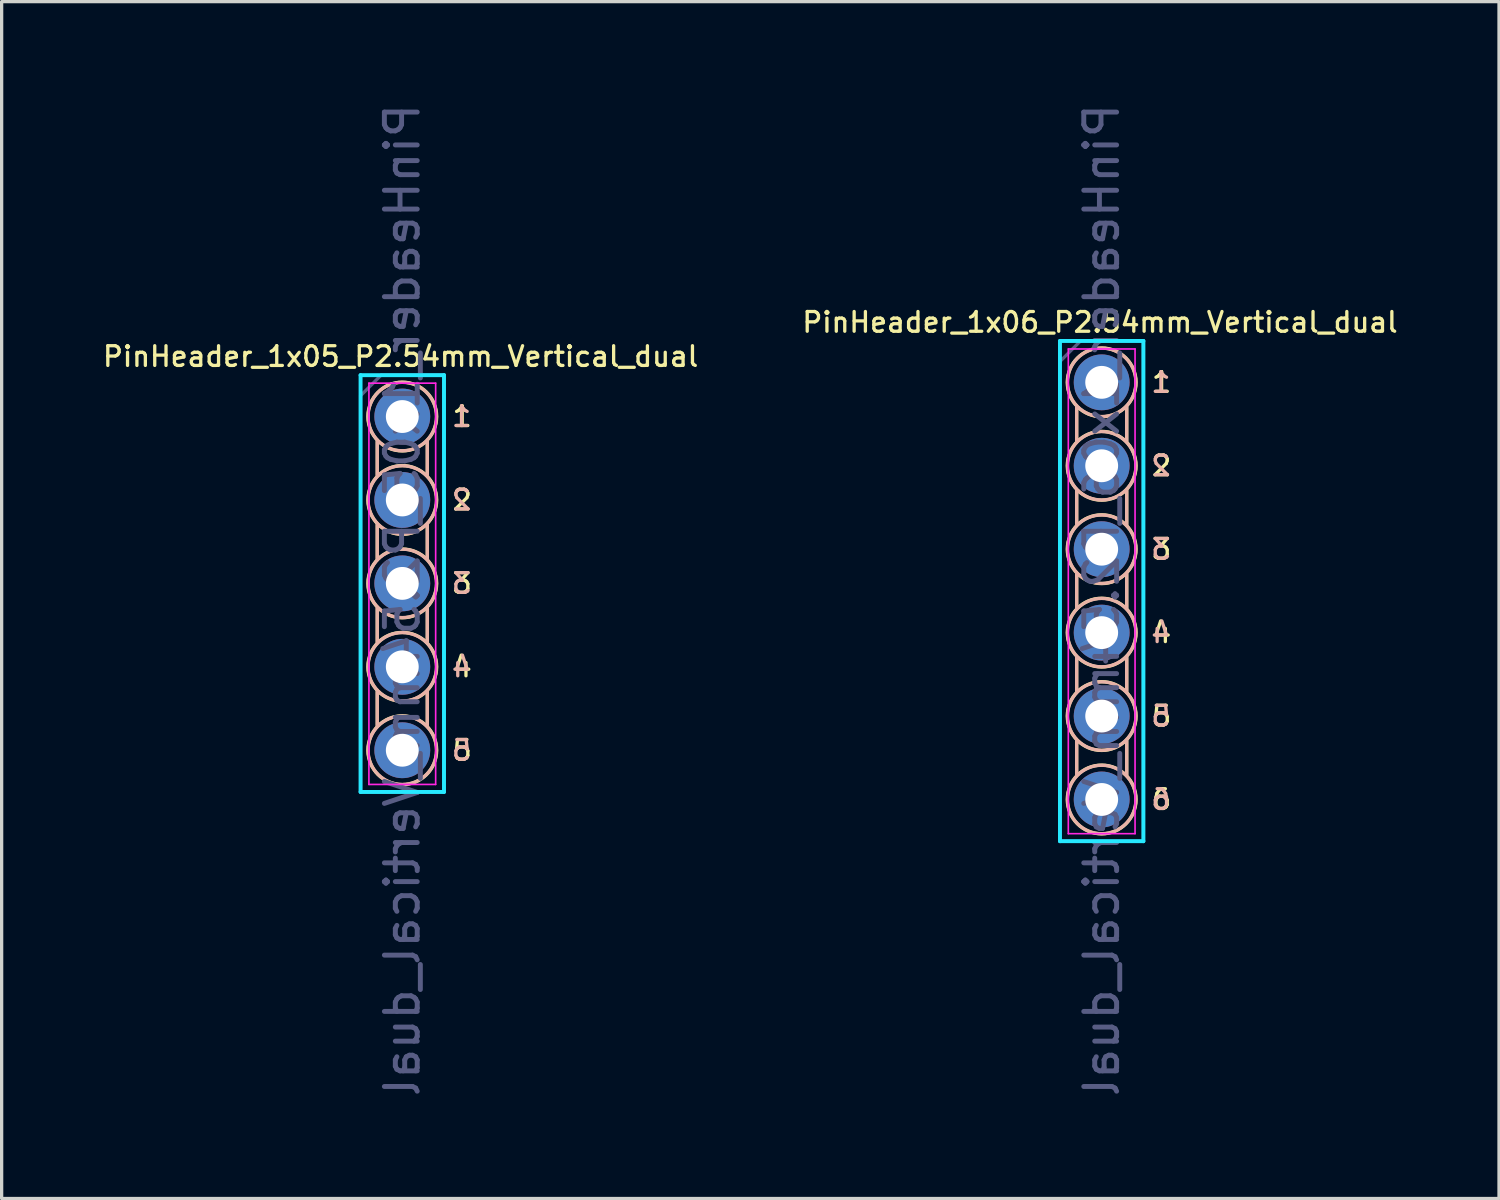
<source format=kicad_pcb>
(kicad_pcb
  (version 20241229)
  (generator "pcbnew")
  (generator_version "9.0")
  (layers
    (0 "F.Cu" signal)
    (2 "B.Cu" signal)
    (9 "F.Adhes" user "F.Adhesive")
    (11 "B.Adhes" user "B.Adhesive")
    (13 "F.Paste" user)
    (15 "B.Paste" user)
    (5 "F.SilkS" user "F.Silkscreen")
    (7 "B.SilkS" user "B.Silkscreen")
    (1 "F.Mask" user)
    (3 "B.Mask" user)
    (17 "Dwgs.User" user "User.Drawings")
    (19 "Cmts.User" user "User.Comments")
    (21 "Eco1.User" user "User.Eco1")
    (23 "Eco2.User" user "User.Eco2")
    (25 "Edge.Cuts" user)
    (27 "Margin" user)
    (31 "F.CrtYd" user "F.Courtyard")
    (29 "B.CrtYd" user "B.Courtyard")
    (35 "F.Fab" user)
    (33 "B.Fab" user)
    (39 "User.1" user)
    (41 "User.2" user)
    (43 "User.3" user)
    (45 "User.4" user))
  (footprint "PinHeader_1x06_P2.54mm_Vertical_dual"
    (layer "F.Cu")
    (at 30.492 8.591)
    (property "Reference" "PinHeader_1x06_P2.54mm_Vertical_dual" (at -0.051 -1.829 0) (layer "F.SilkS") (effects (font (size 0.6 0.6) (thickness 0.1))))
    (attr through_hole)
    (fp_line (start -0.762 0.762) (end -0.762 1.778) (stroke (width 0.1) (type solid)) (layer "F.SilkS"))
    (fp_line (start -0.762 3.302) (end -0.762 4.318) (stroke (width 0.1) (type solid)) (layer "F.SilkS"))
    (fp_line (start -0.762 5.842) (end -0.762 6.858) (stroke (width 0.1) (type solid)) (layer "F.SilkS"))
    (fp_line (start -0.762 8.382) (end -0.762 9.398) (stroke (width 0.1) (type solid)) (layer "F.SilkS"))
    (fp_line (start -0.762 10.922) (end -0.762 11.938) (stroke (width 0.1) (type solid)) (layer "F.SilkS"))
    (fp_line (start 0.762 0.762) (end 0.762 1.778) (stroke (width 0.1) (type solid)) (layer "F.SilkS"))
    (fp_line (start 0.762 3.302) (end 0.762 4.318) (stroke (width 0.1) (type solid)) (layer "F.SilkS"))
    (fp_line (start 0.762 5.842) (end 0.762 6.858) (stroke (width 0.1) (type solid)) (layer "F.SilkS"))
    (fp_line (start 0.762 8.382) (end 0.762 9.398) (stroke (width 0.1) (type solid)) (layer "F.SilkS"))
    (fp_line (start 0.762 10.922) (end 0.762 11.938) (stroke (width 0.1) (type solid)) (layer "F.SilkS"))
    (fp_circle (center 0 0) (end 0.813 0.66) (stroke (width 0.1) (type solid)) (fill no) (layer "F.SilkS"))
    (fp_circle (center 0 2.54) (end 0.813 3.2) (stroke (width 0.1) (type solid)) (fill no) (layer "F.SilkS"))
    (fp_circle (center 0 5.08) (end 0.813 5.74) (stroke (width 0.1) (type solid)) (fill no) (layer "F.SilkS"))
    (fp_circle (center 0 7.62) (end 0.813 8.28) (stroke (width 0.1) (type solid)) (fill no) (layer "F.SilkS"))
    (fp_circle (center 0 10.16) (end 0.813 10.82) (stroke (width 0.1) (type solid)) (fill no) (layer "F.SilkS"))
    (fp_circle (center 0 12.7) (end 0.813 13.36) (stroke (width 0.1) (type solid)) (fill no) (layer "F.SilkS"))
    (fp_line (start -0.762 0.737) (end -0.762 1.803) (stroke (width 0.1) (type solid)) (layer "B.SilkS"))
    (fp_line (start -0.762 3.277) (end -0.762 4.343) (stroke (width 0.1) (type solid)) (layer "B.SilkS"))
    (fp_line (start -0.762 5.817) (end -0.762 6.883) (stroke (width 0.1) (type solid)) (layer "B.SilkS"))
    (fp_line (start -0.762 8.357) (end -0.762 9.423) (stroke (width 0.1) (type solid)) (layer "B.SilkS"))
    (fp_line (start -0.762 10.897) (end -0.762 11.963) (stroke (width 0.1) (type solid)) (layer "B.SilkS"))
    (fp_line (start 0.762 0.737) (end 0.762 1.803) (stroke (width 0.1) (type solid)) (layer "B.SilkS"))
    (fp_line (start 0.762 3.277) (end 0.762 4.343) (stroke (width 0.1) (type solid)) (layer "B.SilkS"))
    (fp_line (start 0.762 5.817) (end 0.762 6.883) (stroke (width 0.1) (type solid)) (layer "B.SilkS"))
    (fp_line (start 0.762 8.357) (end 0.762 9.423) (stroke (width 0.1) (type solid)) (layer "B.SilkS"))
    (fp_line (start 0.762 10.897) (end 0.762 11.963) (stroke (width 0.1) (type solid)) (layer "B.SilkS"))
    (fp_circle (center 0 0) (end 0.025 -1.041) (stroke (width 0.1) (type solid)) (fill no) (layer "B.SilkS"))
    (fp_circle (center 0 2.54) (end 0.025 1.499) (stroke (width 0.1) (type solid)) (fill no) (layer "B.SilkS"))
    (fp_circle (center 0 5.08) (end 0.025 4.039) (stroke (width 0.1) (type solid)) (fill no) (layer "B.SilkS"))
    (fp_circle (center 0 7.62) (end 0.025 6.579) (stroke (width 0.1) (type solid)) (fill no) (layer "B.SilkS"))
    (fp_circle (center 0 10.16) (end 0.025 9.119) (stroke (width 0.1) (type solid)) (fill no) (layer "B.SilkS"))
    (fp_circle (center 0 12.7) (end 0.025 11.659) (stroke (width 0.1) (type solid)) (fill no) (layer "B.SilkS"))
    (fp_line (start -1.27 -1.26) (end -1.27 13.97) (stroke (width 0.12) (type solid)) (layer "B.CrtYd"))
    (fp_line (start -1.27 13.97) (end 1.27 13.97) (stroke (width 0.12) (type solid)) (layer "B.CrtYd"))
    (fp_line (start 1.27 -1.26) (end -1.27 -1.26) (stroke (width 0.12) (type solid)) (layer "B.CrtYd"))
    (fp_line (start 1.27 13.97) (end 1.27 -1.26) (stroke (width 0.12) (type solid)) (layer "B.CrtYd"))
    (fp_line (start -1.016 -1.016) (end -1.016 13.741) (stroke (width 0.05) (type solid)) (layer "F.CrtYd"))
    (fp_line (start -1.016 13.741) (end 1.016 13.741) (stroke (width 0.05) (type solid)) (layer "F.CrtYd"))
    (fp_line (start 1.016 -1.016) (end -1.016 -1.016) (stroke (width 0.05) (type solid)) (layer "F.CrtYd"))
    (fp_line (start 1.016 13.741) (end 1.016 -1.016) (stroke (width 0.05) (type solid)) (layer "F.CrtYd"))
    (fp_line (start -1.27 -0.635) (end -0.635 -1.27) (stroke (width 0.1) (type solid)) (layer "B.Fab"))
    (fp_line (start -1.27 13.97) (end -1.27 -0.635) (stroke (width 0.1) (type solid)) (layer "B.Fab"))
    (fp_line (start -0.635 -1.27) (end 1.27 -1.27) (stroke (width 0.1) (type solid)) (layer "B.Fab"))
    (fp_line (start 1.27 -1.27) (end 1.27 13.97) (stroke (width 0.1) (type solid)) (layer "B.Fab"))
    (fp_line (start 1.27 13.97) (end -1.27 13.97) (stroke (width 0.1) (type solid)) (layer "B.Fab"))
    (fp_text user "6" (at 1.473 12.7 0) (layer "F.SilkS") (effects (font (size 0.6 0.6) (thickness 0.1)) (justify left)))
    (fp_text user "5" (at 1.473 10.16 0) (layer "F.SilkS") (effects (font (size 0.6 0.6) (thickness 0.1)) (justify left)))
    (fp_text user "3" (at 1.473 5.08 0) (layer "F.SilkS") (effects (font (size 0.6 0.6) (thickness 0.1)) (justify left)))
    (fp_text user "4" (at 1.473 7.62 0) (layer "F.SilkS") (effects (font (size 0.6 0.6) (thickness 0.1)) (justify left)))
    (fp_text user "1" (at 1.473 0 0) (layer "F.SilkS") (effects (font (size 0.6 0.6) (thickness 0.1)) (justify left)))
    (fp_text user "2" (at 1.473 2.54 0) (layer "F.SilkS") (effects (font (size 0.6 0.6) (thickness 0.1)) (justify left)))
    (fp_text user "5" (at 1.803 10.16 0) (layer "B.SilkS") (effects (font (size 0.6 0.6) (thickness 0.1)) (justify mirror)))
    (fp_text user "6" (at 1.803 12.7 0) (layer "B.SilkS") (effects (font (size 0.6 0.6) (thickness 0.1)) (justify mirror)))
    (fp_text user "4" (at 1.803 7.62 0) (layer "B.SilkS") (effects (font (size 0.6 0.6) (thickness 0.1)) (justify mirror)))
    (fp_text user "3" (at 1.803 5.08 0) (layer "B.SilkS") (effects (font (size 0.6 0.6) (thickness 0.1)) (justify mirror)))
    (fp_text user "2" (at 1.803 2.54 0) (layer "B.SilkS") (effects (font (size 0.6 0.6) (thickness 0.1)) (justify mirror)))
    (fp_text user "1" (at 1.803 0 0) (layer "B.SilkS") (effects (font (size 0.6 0.6) (thickness 0.1)) (justify mirror)))
    (fp_text user "${REFERENCE}" (at 0 6.629 90) (layer "B.Fab") (effects (font (size 1 1) (thickness 0.15)) (justify mirror)))
    (pad "1" thru_hole circle (at 0 0) (size 1.7 1.7) (drill 1) (layers "*.Cu" "*.Mask"))
    (pad "2" thru_hole oval (at 0 2.54) (size 1.7 1.7) (drill 1) (layers "*.Cu" "*.Mask"))
    (pad "3" thru_hole oval (at 0 5.08) (size 1.7 1.7) (drill 1) (layers "*.Cu" "*.Mask"))
    (pad "4" thru_hole oval (at 0 7.62) (size 1.7 1.7) (drill 1) (layers "*.Cu" "*.Mask"))
    (pad "5" thru_hole oval (at 0 10.16) (size 1.7 1.7) (drill 1) (layers "*.Cu" "*.Mask"))
    (pad "6" thru_hole oval (at 0 12.7) (size 1.7 1.7) (drill 1) (layers "*.Cu" "*.Mask")))
  (footprint "PinHeader_1x05_P2.54mm_Vertical_dual"
    (layer "F.Cu")
    (at 9.198 9.632)
    (property "Reference" "PinHeader_1x05_P2.54mm_Vertical_dual" (at -0.051 -1.829 0) (layer "F.SilkS") (effects (font (size 0.6 0.6) (thickness 0.1))))
    (attr through_hole)
    (fp_line (start -0.762 0.762) (end -0.762 1.778) (stroke (width 0.1) (type solid)) (layer "F.SilkS"))
    (fp_line (start -0.762 3.302) (end -0.762 4.318) (stroke (width 0.1) (type solid)) (layer "F.SilkS"))
    (fp_line (start -0.762 5.842) (end -0.762 6.858) (stroke (width 0.1) (type solid)) (layer "F.SilkS"))
    (fp_line (start -0.762 8.382) (end -0.762 9.398) (stroke (width 0.1) (type solid)) (layer "F.SilkS"))
    (fp_line (start 0.762 0.762) (end 0.762 1.778) (stroke (width 0.1) (type solid)) (layer "F.SilkS"))
    (fp_line (start 0.762 3.302) (end 0.762 4.318) (stroke (width 0.1) (type solid)) (layer "F.SilkS"))
    (fp_line (start 0.762 5.842) (end 0.762 6.858) (stroke (width 0.1) (type solid)) (layer "F.SilkS"))
    (fp_line (start 0.762 8.382) (end 0.762 9.398) (stroke (width 0.1) (type solid)) (layer "F.SilkS"))
    (fp_circle (center 0 0) (end 0.813 0.66) (stroke (width 0.1) (type solid)) (fill no) (layer "F.SilkS"))
    (fp_circle (center 0 2.54) (end 0.813 3.2) (stroke (width 0.1) (type solid)) (fill no) (layer "F.SilkS"))
    (fp_circle (center 0 5.08) (end 0.813 5.74) (stroke (width 0.1) (type solid)) (fill no) (layer "F.SilkS"))
    (fp_circle (center 0 7.62) (end 0.813 8.28) (stroke (width 0.1) (type solid)) (fill no) (layer "F.SilkS"))
    (fp_circle (center 0 10.16) (end 0.813 10.82) (stroke (width 0.1) (type solid)) (fill no) (layer "F.SilkS"))
    (fp_line (start -0.762 0.737) (end -0.762 1.803) (stroke (width 0.1) (type solid)) (layer "B.SilkS"))
    (fp_line (start -0.762 3.277) (end -0.762 4.343) (stroke (width 0.1) (type solid)) (layer "B.SilkS"))
    (fp_line (start -0.762 5.817) (end -0.762 6.883) (stroke (width 0.1) (type solid)) (layer "B.SilkS"))
    (fp_line (start -0.762 8.357) (end -0.762 9.423) (stroke (width 0.1) (type solid)) (layer "B.SilkS"))
    (fp_line (start 0.762 0.737) (end 0.762 1.803) (stroke (width 0.1) (type solid)) (layer "B.SilkS"))
    (fp_line (start 0.762 3.277) (end 0.762 4.343) (stroke (width 0.1) (type solid)) (layer "B.SilkS"))
    (fp_line (start 0.762 5.817) (end 0.762 6.883) (stroke (width 0.1) (type solid)) (layer "B.SilkS"))
    (fp_line (start 0.762 8.357) (end 0.762 9.423) (stroke (width 0.1) (type solid)) (layer "B.SilkS"))
    (fp_circle (center 0 0) (end 0.025 -1.041) (stroke (width 0.1) (type solid)) (fill no) (layer "B.SilkS"))
    (fp_circle (center 0 2.54) (end 0.025 1.499) (stroke (width 0.1) (type solid)) (fill no) (layer "B.SilkS"))
    (fp_circle (center 0 5.08) (end 0.025 4.039) (stroke (width 0.1) (type solid)) (fill no) (layer "B.SilkS"))
    (fp_circle (center 0 7.62) (end 0.025 6.579) (stroke (width 0.1) (type solid)) (fill no) (layer "B.SilkS"))
    (fp_circle (center 0 10.16) (end 0.025 9.119) (stroke (width 0.1) (type solid)) (fill no) (layer "B.SilkS"))
    (fp_line (start -1.27 -1.26) (end -1.27 11.43) (stroke (width 0.12) (type solid)) (layer "B.CrtYd"))
    (fp_line (start -1.27 11.43) (end 1.27 11.43) (stroke (width 0.12) (type solid)) (layer "B.CrtYd"))
    (fp_line (start 1.27 -1.26) (end -1.27 -1.26) (stroke (width 0.12) (type solid)) (layer "B.CrtYd"))
    (fp_line (start 1.27 11.43) (end 1.27 -1.26) (stroke (width 0.12) (type solid)) (layer "B.CrtYd"))
    (fp_line (start -1.016 -1.016) (end -1.016 11.201) (stroke (width 0.05) (type solid)) (layer "F.CrtYd"))
    (fp_line (start -1.016 11.201) (end 1.016 11.201) (stroke (width 0.05) (type solid)) (layer "F.CrtYd"))
    (fp_line (start 1.016 -1.016) (end -1.016 -1.016) (stroke (width 0.05) (type solid)) (layer "F.CrtYd"))
    (fp_line (start 1.016 11.201) (end 1.016 -1.016) (stroke (width 0.05) (type solid)) (layer "F.CrtYd"))
    (fp_line (start -1.27 -0.635) (end -0.635 -1.27) (stroke (width 0.1) (type solid)) (layer "B.Fab"))
    (fp_line (start -1.27 11.43) (end -1.27 -0.635) (stroke (width 0.1) (type solid)) (layer "B.Fab"))
    (fp_line (start -0.635 -1.27) (end 1.27 -1.27) (stroke (width 0.1) (type solid)) (layer "B.Fab"))
    (fp_line (start 1.27 -1.27) (end 1.27 11.43) (stroke (width 0.1) (type solid)) (layer "B.Fab"))
    (fp_line (start 1.27 11.43) (end -1.27 11.43) (stroke (width 0.1) (type solid)) (layer "B.Fab"))
    (fp_text user "1" (at 1.473 0 0) (layer "F.SilkS") (effects (font (size 0.6 0.6) (thickness 0.1)) (justify left)))
    (fp_text user "2" (at 1.473 2.54 0) (layer "F.SilkS") (effects (font (size 0.6 0.6) (thickness 0.1)) (justify left)))
    (fp_text user "5" (at 1.473 10.16 0) (layer "F.SilkS") (effects (font (size 0.6 0.6) (thickness 0.1)) (justify left)))
    (fp_text user "4" (at 1.473 7.62 0) (layer "F.SilkS") (effects (font (size 0.6 0.6) (thickness 0.1)) (justify left)))
    (fp_text user "3" (at 1.473 5.08 0) (layer "F.SilkS") (effects (font (size 0.6 0.6) (thickness 0.1)) (justify left)))
    (fp_text user "5" (at 1.803 10.16 0) (layer "B.SilkS") (effects (font (size 0.6 0.6) (thickness 0.1)) (justify mirror)))
    (fp_text user "3" (at 1.803 5.08 0) (layer "B.SilkS") (effects (font (size 0.6 0.6) (thickness 0.1)) (justify mirror)))
    (fp_text user "1" (at 1.803 0 0) (layer "B.SilkS") (effects (font (size 0.6 0.6) (thickness 0.1)) (justify mirror)))
    (fp_text user "4" (at 1.803 7.62 0) (layer "B.SilkS") (effects (font (size 0.6 0.6) (thickness 0.1)) (justify mirror)))
    (fp_text user "2" (at 1.803 2.54 0) (layer "B.SilkS") (effects (font (size 0.6 0.6) (thickness 0.1)) (justify mirror)))
    (fp_text user "${REFERENCE}" (at 0 5.588 90) (layer "B.Fab") (effects (font (size 1 1) (thickness 0.15)) (justify mirror)))
    (pad "1" thru_hole circle (at 0 0) (size 1.7 1.7) (drill 1) (layers "*.Cu" "*.Mask"))
    (pad "2" thru_hole oval (at 0 2.54) (size 1.7 1.7) (drill 1) (layers "*.Cu" "*.Mask"))
    (pad "3" thru_hole oval (at 0 5.08) (size 1.7 1.7) (drill 1) (layers "*.Cu" "*.Mask"))
    (pad "4" thru_hole oval (at 0 7.62) (size 1.7 1.7) (drill 1) (layers "*.Cu" "*.Mask"))
    (pad "5" thru_hole oval (at 0 10.16) (size 1.7 1.7) (drill 1) (layers "*.Cu" "*.Mask")))
  (gr_rect
    (start -3 -3)
    (end 42.589 33.44)
    (stroke (width 0.1) (type default))
    (fill no)
    (layer "Edge.Cuts")))
</source>
